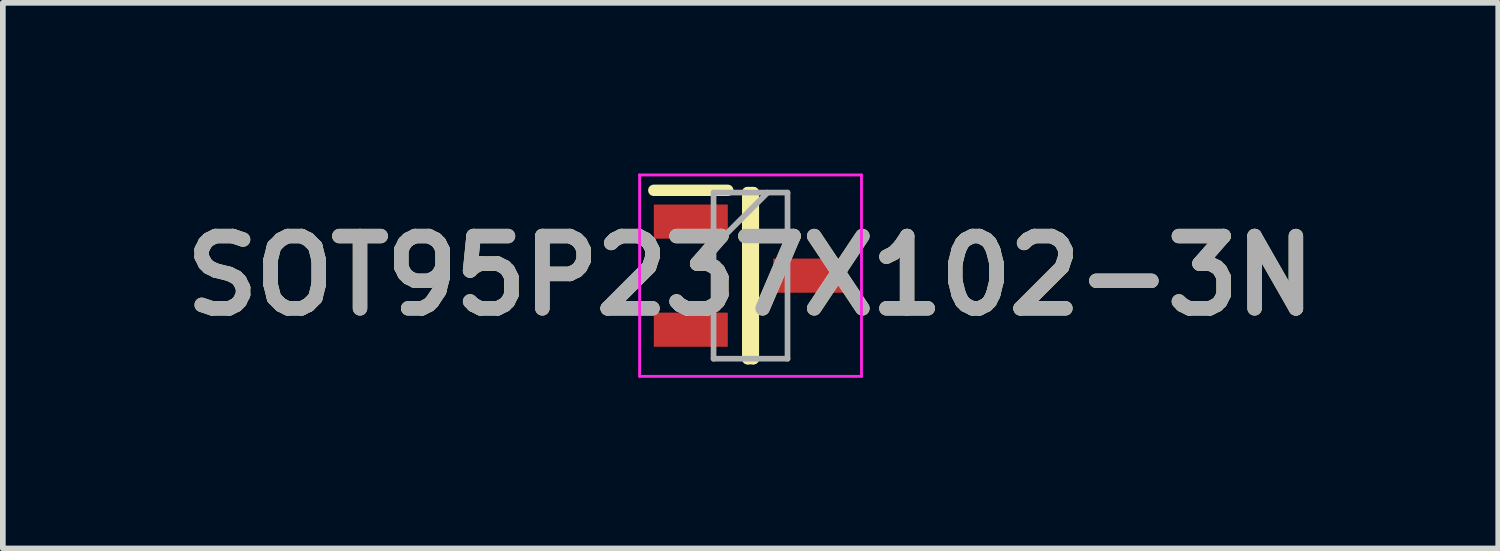
<source format=kicad_pcb>
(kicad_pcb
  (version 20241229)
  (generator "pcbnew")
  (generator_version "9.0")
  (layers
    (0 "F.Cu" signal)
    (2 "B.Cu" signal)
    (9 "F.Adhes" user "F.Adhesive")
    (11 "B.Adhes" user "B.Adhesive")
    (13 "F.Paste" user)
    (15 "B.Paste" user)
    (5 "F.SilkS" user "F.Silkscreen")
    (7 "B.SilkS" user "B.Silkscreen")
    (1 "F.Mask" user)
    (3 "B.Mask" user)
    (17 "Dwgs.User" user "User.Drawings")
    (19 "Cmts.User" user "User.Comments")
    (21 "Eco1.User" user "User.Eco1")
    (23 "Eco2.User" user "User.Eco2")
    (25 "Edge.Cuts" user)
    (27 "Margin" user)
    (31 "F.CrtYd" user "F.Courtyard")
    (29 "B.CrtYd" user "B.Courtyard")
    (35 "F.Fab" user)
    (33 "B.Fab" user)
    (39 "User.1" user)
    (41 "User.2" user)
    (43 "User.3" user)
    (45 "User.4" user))
  (footprint "SOT95P237X102-3N"
    (layer "F.Cu")
    (at 10.142 1.795)
    (property "Reference" "SOT95P237X102-3N" (at 0 0 0) (layer "F.SilkS") (effects (font (size 1.27 1.27) (thickness 0.254))))
    (attr smd)
    (fp_line (start -1.7 -1.5) (end -0.4 -1.5) (stroke (width 0.2) (type solid)) (layer "F.SilkS"))
    (fp_line (start -0.05 -1.46) (end 0.05 -1.46) (stroke (width 0.2) (type solid)) (layer "F.SilkS"))
    (fp_line (start -0.05 1.46) (end -0.05 -1.46) (stroke (width 0.2) (type solid)) (layer "F.SilkS"))
    (fp_line (start 0.05 -1.46) (end 0.05 1.46) (stroke (width 0.2) (type solid)) (layer "F.SilkS"))
    (fp_line (start 0.05 1.46) (end -0.05 1.46) (stroke (width 0.2) (type solid)) (layer "F.SilkS"))
    (fp_line (start -1.95 -1.77) (end 1.95 -1.77) (stroke (width 0.05) (type solid)) (layer "F.CrtYd"))
    (fp_line (start -1.95 1.77) (end -1.95 -1.77) (stroke (width 0.05) (type solid)) (layer "F.CrtYd"))
    (fp_line (start 1.95 -1.77) (end 1.95 1.77) (stroke (width 0.05) (type solid)) (layer "F.CrtYd"))
    (fp_line (start 1.95 1.77) (end -1.95 1.77) (stroke (width 0.05) (type solid)) (layer "F.CrtYd"))
    (fp_line (start -0.65 -1.46) (end 0.65 -1.46) (stroke (width 0.1) (type solid)) (layer "F.Fab"))
    (fp_line (start -0.65 -0.51) (end 0.3 -1.46) (stroke (width 0.1) (type solid)) (layer "F.Fab"))
    (fp_line (start -0.65 1.46) (end -0.65 -1.46) (stroke (width 0.1) (type solid)) (layer "F.Fab"))
    (fp_line (start 0.65 -1.46) (end 0.65 1.46) (stroke (width 0.1) (type solid)) (layer "F.Fab"))
    (fp_line (start 0.65 1.46) (end -0.65 1.46) (stroke (width 0.1) (type solid)) (layer "F.Fab"))
    (fp_text user "${REFERENCE}" (at 0 0 0) (layer "F.Fab") (effects (font (size 1.27 1.27) (thickness 0.254))))
    (pad "1" smd rect (at -1.05 -0.95 90) (size 0.6 1.3) (layers "F.Cu" "F.Mask" "F.Paste"))
    (pad "2" smd rect (at -1.05 0.95 90) (size 0.6 1.3) (layers "F.Cu" "F.Mask" "F.Paste"))
    (pad "3" smd rect (at 1.05 0 90) (size 0.6 1.3) (layers "F.Cu" "F.Mask" "F.Paste")))
  (gr_rect
    (start -3 -3)
    (end 23.284 6.59)
    (stroke (width 0.1) (type default))
    (fill no)
    (layer "Edge.Cuts")))
</source>
